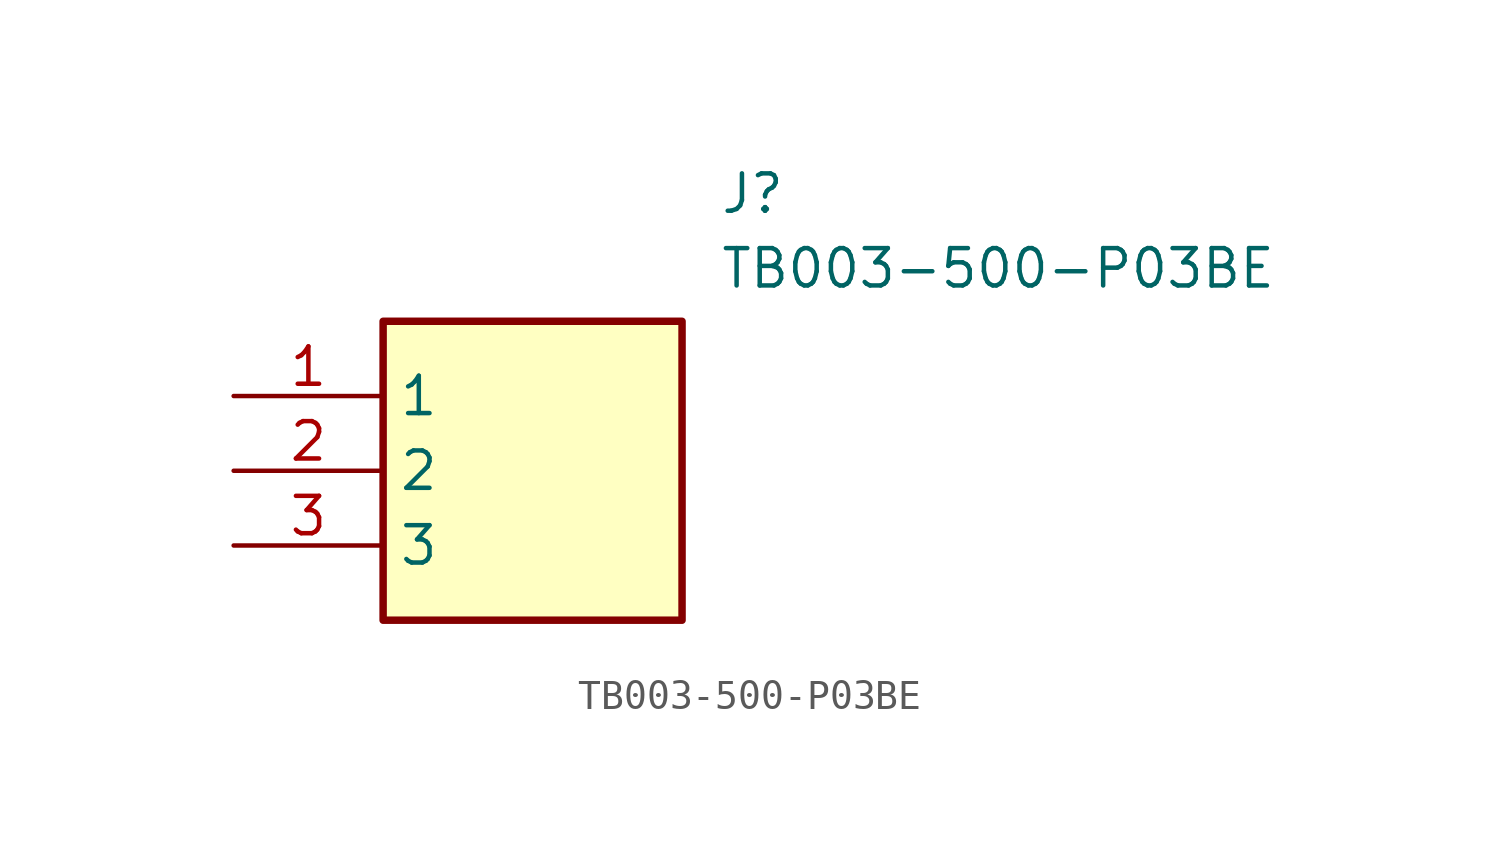
<source format=kicad_sym>
(kicad_symbol_lib
  (version 20211014)
  (generator SamacSys_ECAD_Model)
  (symbol "TB003-500-P03BE"
    (property "Reference" "J"
      (at 16.51 7.62 0)
      (effects (font (size 1.27 1.27)) (justify left top)))
    (property "Value" "TB003-500-P03BE"
      (at 16.51 5.08 0)
      (effects (font (size 1.27 1.27)) (justify left top)))
    (rectangle
      (start 5.08 2.54)
      (end 15.24 -7.62)
      (stroke (width 0.254) (type default))
      (fill (type background)))
    (pin passive line
      (at 0 0 0)
      (length 5.08)
      (name "1" (effects (font (size 1.27 1.27))))
      (number "1" (effects (font (size 1.27 1.27)))))
    (pin passive line
      (at 0 -2.54 0)
      (length 5.08)
      (name "2" (effects (font (size 1.27 1.27))))
      (number "2" (effects (font (size 1.27 1.27)))))
    (pin passive line
      (at 0 -5.08 0)
      (length 5.08)
      (name "3" (effects (font (size 1.27 1.27))))
      (number "3" (effects (font (size 1.27 1.27)))))))
</source>
